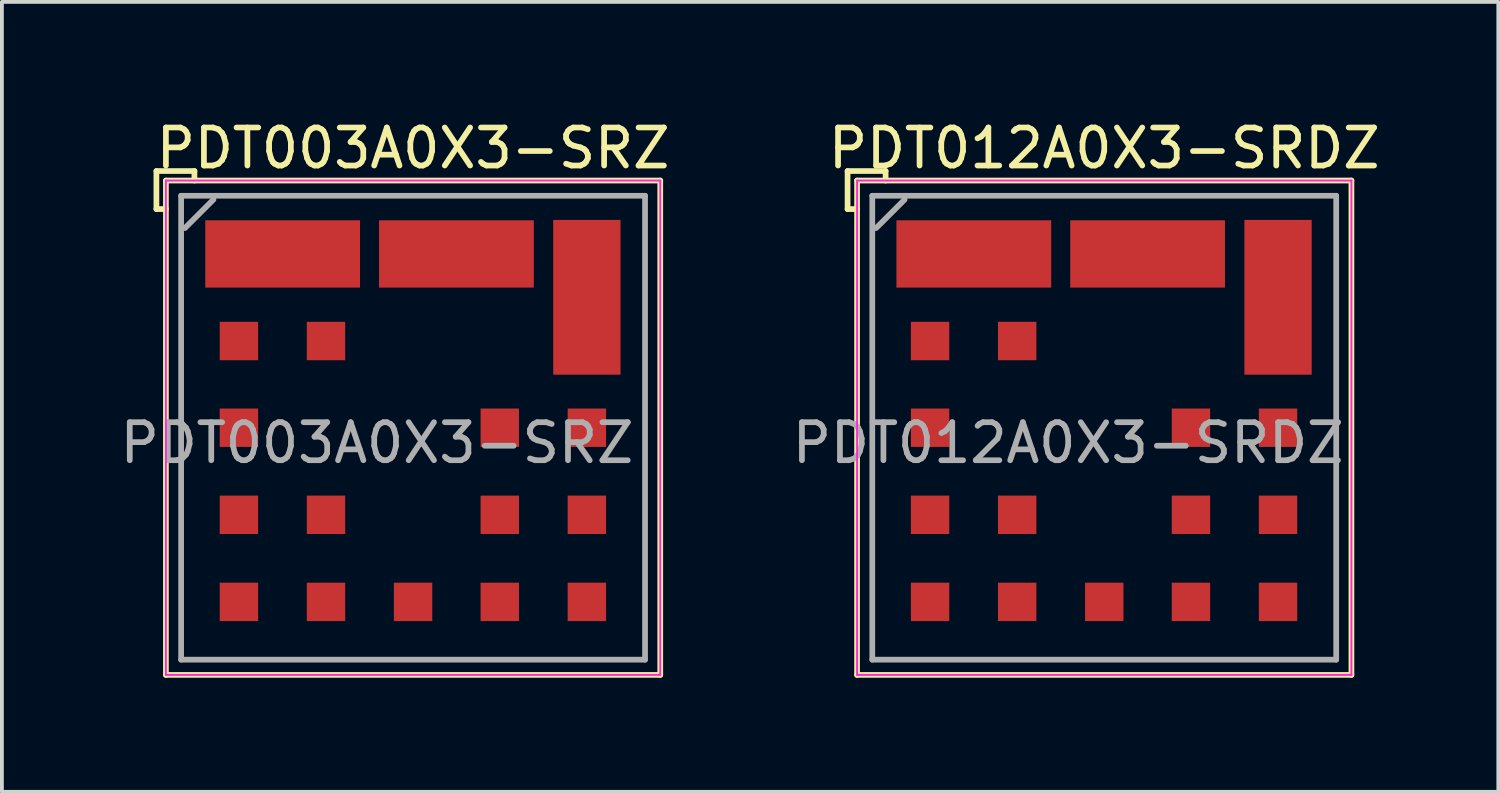
<source format=kicad_pcb>
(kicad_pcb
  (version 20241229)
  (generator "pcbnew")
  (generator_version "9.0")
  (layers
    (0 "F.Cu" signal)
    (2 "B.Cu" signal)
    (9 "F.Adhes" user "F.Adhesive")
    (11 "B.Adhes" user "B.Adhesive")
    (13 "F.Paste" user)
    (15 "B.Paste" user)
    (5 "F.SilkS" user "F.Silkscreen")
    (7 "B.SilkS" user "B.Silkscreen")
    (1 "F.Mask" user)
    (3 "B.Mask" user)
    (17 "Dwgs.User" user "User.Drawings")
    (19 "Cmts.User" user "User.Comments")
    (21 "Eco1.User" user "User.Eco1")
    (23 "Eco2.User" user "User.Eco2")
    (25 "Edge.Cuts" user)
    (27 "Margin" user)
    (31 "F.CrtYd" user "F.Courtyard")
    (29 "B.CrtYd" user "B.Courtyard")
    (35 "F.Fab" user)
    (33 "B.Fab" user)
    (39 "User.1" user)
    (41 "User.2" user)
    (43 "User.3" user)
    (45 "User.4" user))
  (footprint "PDT012A0X3-SRDZ"
    (layer "F.Cu")
    (at 25.989 8.198)
    (property "Reference" "PDT012A0X3-SRDZ" (at 0 -7.35 0) (layer "F.SilkS") (effects (font (size 1 1) (thickness 0.15))))
    (attr smd)
    (fp_line (start -6.75 -6.75) (end -5.75 -6.75) (stroke (width 0.15) (type solid)) (layer "F.SilkS"))
    (fp_line (start -6.75 -5.75) (end -6.75 -6.75) (stroke (width 0.15) (type solid)) (layer "F.SilkS"))
    (fp_line (start -6.5 -6.5) (end 6.5 -6.5) (stroke (width 0.15) (type solid)) (layer "F.SilkS"))
    (fp_line (start -6.5 -5.75) (end -6.75 -5.75) (stroke (width 0.15) (type solid)) (layer "F.SilkS"))
    (fp_line (start -6.5 6.5) (end -6.5 -6.5) (stroke (width 0.15) (type solid)) (layer "F.SilkS"))
    (fp_line (start -5.75 -6.75) (end -5.75 -6.5) (stroke (width 0.15) (type solid)) (layer "F.SilkS"))
    (fp_line (start 6.5 -6.5) (end 6.5 6.5) (stroke (width 0.15) (type solid)) (layer "F.SilkS"))
    (fp_line (start 6.5 6.5) (end -6.5 6.5) (stroke (width 0.15) (type solid)) (layer "F.SilkS"))
    (fp_line (start -6.5 -6.5) (end 6.5 -6.5) (stroke (width 0.05) (type solid)) (layer "F.CrtYd"))
    (fp_line (start -6.5 6.5) (end -6.5 -6.5) (stroke (width 0.05) (type solid)) (layer "F.CrtYd"))
    (fp_line (start 6.5 -6.5) (end 6.5 6.5) (stroke (width 0.05) (type solid)) (layer "F.CrtYd"))
    (fp_line (start 6.5 6.5) (end -6.5 6.5) (stroke (width 0.05) (type solid)) (layer "F.CrtYd"))
    (fp_line (start -6.1 -6.1) (end 6.1 -6.1) (stroke (width 0.15) (type solid)) (layer "F.Fab"))
    (fp_line (start -6.1 6.1) (end -6.1 -6.1) (stroke (width 0.15) (type solid)) (layer "F.Fab"))
    (fp_line (start -6 -5.25) (end -5.25 -6) (stroke (width 0.15) (type solid)) (layer "F.Fab"))
    (fp_line (start 6.1 -6.1) (end 6.1 6.1) (stroke (width 0.15) (type solid)) (layer "F.Fab"))
    (fp_line (start 6.1 6.1) (end -6.1 6.1) (stroke (width 0.15) (type solid)) (layer "F.Fab"))
    (fp_text user "${REFERENCE}" (at -0.95 0.4 0) (layer "F.Fab") (effects (font (size 1 1) (thickness 0.15))))
    (pad "1" smd rect (at -4.58 0) (size 1.01 1.01) (layers "F.Cu" "F.Mask" "F.Paste"))
    (pad "2" smd rect (at -3.43 -4.57 90) (size 1.77 4.07) (layers "F.Cu" "F.Mask" "F.Paste"))
    (pad "3" smd rect (at 1.14 -4.57 90) (size 1.77 4.07) (layers "F.Cu" "F.Mask" "F.Paste"))
    (pad "4" smd rect (at 4.57 -3.43) (size 1.77 4.07) (layers "F.Cu" "F.Mask" "F.Paste"))
    (pad "5" smd rect (at 4.57 0) (size 1.01 1.01) (layers "F.Cu" "F.Mask" "F.Paste"))
    (pad "6" smd rect (at 4.57 4.58) (size 1.01 1.01) (layers "F.Cu" "F.Mask" "F.Paste"))
    (pad "7" smd rect (at 0 4.58) (size 1.01 1.01) (layers "F.Cu" "F.Mask" "F.Paste"))
    (pad "8" smd rect (at -2.29 4.58) (size 1.01 1.01) (layers "F.Cu" "F.Mask" "F.Paste"))
    (pad "9" smd rect (at -4.58 4.58) (size 1.01 1.01) (layers "F.Cu" "F.Mask" "F.Paste"))
    (pad "10" smd rect (at -4.58 2.29) (size 1.01 1.01) (layers "F.Cu" "F.Mask" "F.Paste"))
    (pad "11" smd rect (at -2.29 2.29) (size 1.01 1.01) (layers "F.Cu" "F.Mask" "F.Paste"))
    (pad "12" smd rect (at 2.28 2.29) (size 1.01 1.01) (layers "F.Cu" "F.Mask" "F.Paste"))
    (pad "13" smd rect (at 2.28 0) (size 1.01 1.01) (layers "F.Cu" "F.Mask" "F.Paste"))
    (pad "14" smd rect (at 4.57 2.29) (size 1.01 1.01) (layers "F.Cu" "F.Mask" "F.Paste"))
    (pad "15" smd rect (at 2.28 4.58) (size 1.01 1.01) (layers "F.Cu" "F.Mask" "F.Paste"))
    (pad "16" smd rect (at -4.58 -2.28) (size 1.01 1.01) (layers "F.Cu" "F.Mask" "F.Paste"))
    (pad "17" smd rect (at -2.29 -2.28) (size 1.01 1.01) (layers "F.Cu" "F.Mask" "F.Paste")))
  (footprint "PDT003A0X3-SRZ"
    (layer "F.Cu")
    (at 7.813 8.198)
    (property "Reference" "PDT003A0X3-SRZ" (at 0 -7.35 0) (layer "F.SilkS") (effects (font (size 1 1) (thickness 0.15))))
    (attr smd)
    (fp_line (start -6.75 -6.75) (end -5.75 -6.75) (stroke (width 0.15) (type solid)) (layer "F.SilkS"))
    (fp_line (start -6.75 -5.75) (end -6.75 -6.75) (stroke (width 0.15) (type solid)) (layer "F.SilkS"))
    (fp_line (start -6.5 -6.5) (end 6.5 -6.5) (stroke (width 0.15) (type solid)) (layer "F.SilkS"))
    (fp_line (start -6.5 -5.75) (end -6.75 -5.75) (stroke (width 0.15) (type solid)) (layer "F.SilkS"))
    (fp_line (start -6.5 6.5) (end -6.5 -6.5) (stroke (width 0.15) (type solid)) (layer "F.SilkS"))
    (fp_line (start -5.75 -6.75) (end -5.75 -6.5) (stroke (width 0.15) (type solid)) (layer "F.SilkS"))
    (fp_line (start 6.5 -6.5) (end 6.5 6.5) (stroke (width 0.15) (type solid)) (layer "F.SilkS"))
    (fp_line (start 6.5 6.5) (end -6.5 6.5) (stroke (width 0.15) (type solid)) (layer "F.SilkS"))
    (fp_line (start -6.5 -6.5) (end 6.5 -6.5) (stroke (width 0.05) (type solid)) (layer "F.CrtYd"))
    (fp_line (start -6.5 6.5) (end -6.5 -6.5) (stroke (width 0.05) (type solid)) (layer "F.CrtYd"))
    (fp_line (start 6.5 -6.5) (end 6.5 6.5) (stroke (width 0.05) (type solid)) (layer "F.CrtYd"))
    (fp_line (start 6.5 6.5) (end -6.5 6.5) (stroke (width 0.05) (type solid)) (layer "F.CrtYd"))
    (fp_line (start -6.1 -6.1) (end 6.1 -6.1) (stroke (width 0.15) (type solid)) (layer "F.Fab"))
    (fp_line (start -6.1 6.1) (end -6.1 -6.1) (stroke (width 0.15) (type solid)) (layer "F.Fab"))
    (fp_line (start -6 -5.25) (end -5.25 -6) (stroke (width 0.15) (type solid)) (layer "F.Fab"))
    (fp_line (start 6.1 -6.1) (end 6.1 6.1) (stroke (width 0.15) (type solid)) (layer "F.Fab"))
    (fp_line (start 6.1 6.1) (end -6.1 6.1) (stroke (width 0.15) (type solid)) (layer "F.Fab"))
    (fp_text user "${REFERENCE}" (at -0.95 0.4 0) (layer "F.Fab") (effects (font (size 1 1) (thickness 0.15))))
    (pad "1" smd rect (at -4.58 0) (size 1.01 1.01) (layers "F.Cu" "F.Mask" "F.Paste"))
    (pad "2" smd rect (at -3.43 -4.57 90) (size 1.77 4.07) (layers "F.Cu" "F.Mask" "F.Paste"))
    (pad "3" smd rect (at 1.14 -4.57 90) (size 1.77 4.07) (layers "F.Cu" "F.Mask" "F.Paste"))
    (pad "4" smd rect (at 4.57 -3.43) (size 1.77 4.07) (layers "F.Cu" "F.Mask" "F.Paste"))
    (pad "5" smd rect (at 4.57 0) (size 1.01 1.01) (layers "F.Cu" "F.Mask" "F.Paste"))
    (pad "6" smd rect (at 4.57 4.58) (size 1.01 1.01) (layers "F.Cu" "F.Mask" "F.Paste"))
    (pad "7" smd rect (at 0 4.58) (size 1.01 1.01) (layers "F.Cu" "F.Mask" "F.Paste"))
    (pad "8" smd rect (at -2.29 4.58) (size 1.01 1.01) (layers "F.Cu" "F.Mask" "F.Paste"))
    (pad "9" smd rect (at -4.58 4.58) (size 1.01 1.01) (layers "F.Cu" "F.Mask" "F.Paste"))
    (pad "10" smd rect (at -4.58 2.29) (size 1.01 1.01) (layers "F.Cu" "F.Mask" "F.Paste"))
    (pad "11" smd rect (at -2.29 2.29) (size 1.01 1.01) (layers "F.Cu" "F.Mask" "F.Paste"))
    (pad "12" smd rect (at 2.28 2.29) (size 1.01 1.01) (layers "F.Cu" "F.Mask" "F.Paste"))
    (pad "13" smd rect (at 2.28 0) (size 1.01 1.01) (layers "F.Cu" "F.Mask" "F.Paste"))
    (pad "14" smd rect (at 4.57 2.29) (size 1.01 1.01) (layers "F.Cu" "F.Mask" "F.Paste"))
    (pad "15" smd rect (at 2.28 4.58) (size 1.01 1.01) (layers "F.Cu" "F.Mask" "F.Paste"))
    (pad "16" smd rect (at -4.58 -2.28) (size 1.01 1.01) (layers "F.Cu" "F.Mask" "F.Paste"))
    (pad "17" smd rect (at -2.29 -2.28) (size 1.01 1.01) (layers "F.Cu" "F.Mask" "F.Paste")))
  (gr_rect
    (start -3 -3)
    (end 36.352 17.773)
    (stroke (width 0.1) (type default))
    (fill no)
    (layer "Edge.Cuts")))
</source>
